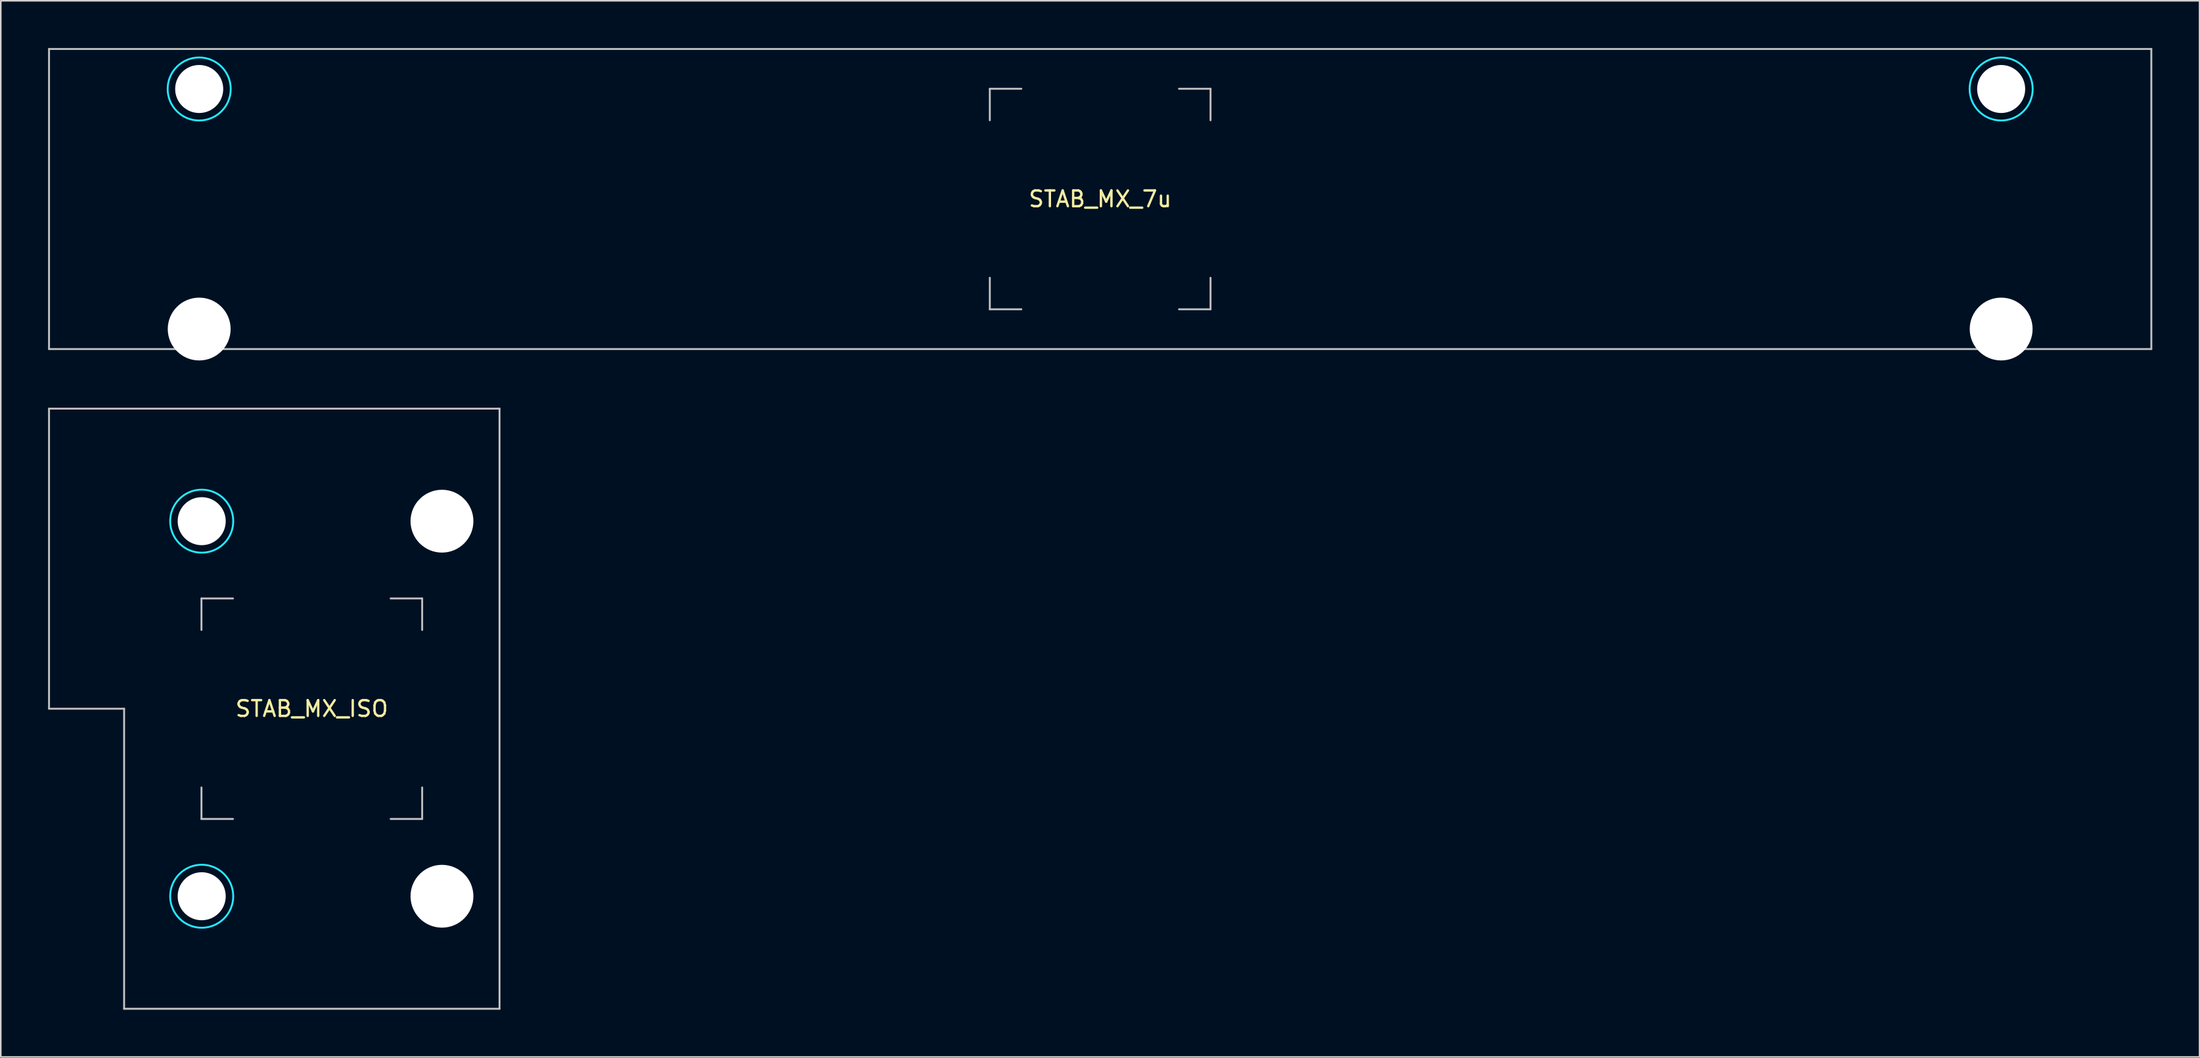
<source format=kicad_pcb>
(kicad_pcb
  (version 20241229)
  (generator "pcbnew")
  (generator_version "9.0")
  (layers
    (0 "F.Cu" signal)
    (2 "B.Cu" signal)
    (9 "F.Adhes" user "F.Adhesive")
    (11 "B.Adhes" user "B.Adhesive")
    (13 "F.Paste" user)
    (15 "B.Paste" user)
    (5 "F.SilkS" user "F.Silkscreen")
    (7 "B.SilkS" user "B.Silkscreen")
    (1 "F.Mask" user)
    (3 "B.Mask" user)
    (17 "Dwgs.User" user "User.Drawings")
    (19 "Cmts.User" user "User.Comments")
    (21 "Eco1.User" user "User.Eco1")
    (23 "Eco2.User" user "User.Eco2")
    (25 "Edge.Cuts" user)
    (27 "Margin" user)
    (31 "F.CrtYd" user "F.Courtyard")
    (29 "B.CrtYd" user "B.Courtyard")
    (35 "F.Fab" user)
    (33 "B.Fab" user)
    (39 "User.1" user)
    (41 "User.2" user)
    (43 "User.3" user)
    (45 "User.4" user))
  (footprint "STAB_MX_ISO"
    (layer "F.Cu")
    (at 16.729 41.944)
    (property "Reference" "STAB_MX_ISO" (at 0 0 180) (layer "F.SilkS") (effects (font (size 1 1) (thickness 0.15))))
    (attr through_hole exclude_from_pos_files exclude_from_bom)
    (fp_line (start -16.669 -19.05) (end -16.669 0) (stroke (width 0.12) (type solid)) (layer "Dwgs.User"))
    (fp_line (start -16.669 0) (end -11.906 0) (stroke (width 0.12) (type solid)) (layer "Dwgs.User"))
    (fp_line (start -11.906 0) (end -11.906 19.05) (stroke (width 0.12) (type solid)) (layer "Dwgs.User"))
    (fp_line (start -11.906 19.05) (end 11.906 19.05) (stroke (width 0.12) (type solid)) (layer "Dwgs.User"))
    (fp_line (start -7 -7) (end -5 -7) (stroke (width 0.12) (type solid)) (layer "Dwgs.User"))
    (fp_line (start -7 -5) (end -7 -7) (stroke (width 0.12) (type solid)) (layer "Dwgs.User"))
    (fp_line (start -7 7) (end -7 5) (stroke (width 0.12) (type solid)) (layer "Dwgs.User"))
    (fp_line (start -5 7) (end -7 7) (stroke (width 0.12) (type solid)) (layer "Dwgs.User"))
    (fp_line (start 7 -7) (end 5 -7) (stroke (width 0.12) (type solid)) (layer "Dwgs.User"))
    (fp_line (start 7 -5) (end 7 -7) (stroke (width 0.12) (type solid)) (layer "Dwgs.User"))
    (fp_line (start 7 5) (end 7 7) (stroke (width 0.12) (type solid)) (layer "Dwgs.User"))
    (fp_line (start 7 7) (end 5 7) (stroke (width 0.12) (type solid)) (layer "Dwgs.User"))
    (fp_line (start 11.906 -19.05) (end -16.669 -19.05) (stroke (width 0.12) (type solid)) (layer "Dwgs.User"))
    (fp_line (start 11.906 19.05) (end 11.906 -19.05) (stroke (width 0.12) (type solid)) (layer "Dwgs.User"))
    (fp_line (start -6 -9.031) (end -6 -14.78) (stroke (width 0.05) (type solid)) (layer "Eco2.User"))
    (fp_line (start -6 14.781) (end -6 9.031) (stroke (width 0.05) (type solid)) (layer "Eco2.User"))
    (fp_line (start -5.5 -15.28) (end 7.5 -15.281) (stroke (width 0.05) (type solid)) (layer "Eco2.User"))
    (fp_line (start -5.5 -8.531) (end 7.5 -8.531) (stroke (width 0.05) (type solid)) (layer "Eco2.User"))
    (fp_line (start -5.5 8.531) (end 7.5 8.531) (stroke (width 0.05) (type solid)) (layer "Eco2.User"))
    (fp_line (start -5.5 15.281) (end 7.5 15.281) (stroke (width 0.05) (type solid)) (layer "Eco2.User"))
    (fp_line (start 8 -9.031) (end 8 -14.781) (stroke (width 0.05) (type solid)) (layer "Eco2.User"))
    (fp_line (start 8 14.781) (end 8 9.031) (stroke (width 0.05) (type solid)) (layer "Eco2.User"))
    (fp_arc (start -5.999999 -14.780039) (mid -5.853552 -15.133592) (end -5.499999 -15.280039) (stroke (width 0.05) (type solid)) (layer "Eco2.User"))
    (fp_arc (start -5.999999 9.03125) (mid -5.853552 8.677697) (end -5.499999 8.53125) (stroke (width 0.05) (type solid)) (layer "Eco2.User"))
    (fp_arc (start -5.499999 -8.53125) (mid -5.853552 -8.677697) (end -5.999999 -9.03125) (stroke (width 0.05) (type solid)) (layer "Eco2.User"))
    (fp_arc (start -5.499999 15.28125) (mid -5.853552 15.134803) (end -5.999999 14.78125) (stroke (width 0.05) (type solid)) (layer "Eco2.User"))
    (fp_arc (start 7.500001 -15.28125) (mid 7.853554 -15.134803) (end 8.000001 -14.78125) (stroke (width 0.05) (type solid)) (layer "Eco2.User"))
    (fp_arc (start 7.500001 8.53125) (mid 7.853554 8.677697) (end 8.000001 9.03125) (stroke (width 0.05) (type solid)) (layer "Eco2.User"))
    (fp_arc (start 8.000001 -9.03125) (mid 7.853554 -8.677697) (end 7.500001 -8.53125) (stroke (width 0.05) (type solid)) (layer "Eco2.User"))
    (fp_arc (start 8.000001 14.78125) (mid 7.853554 15.134803) (end 7.500001 15.28125) (stroke (width 0.05) (type solid)) (layer "Eco2.User"))
    (fp_circle (center -6.985 -11.906) (end -4.985 -11.906) (stroke (width 0.12) (type solid)) (fill no) (layer "B.CrtYd"))
    (fp_circle (center -6.985 11.906) (end -4.985 11.906) (stroke (width 0.12) (type solid)) (fill no) (layer "B.CrtYd"))
    (pad "" np_thru_hole circle (at -6.985 -11.906 90) (size 3.048 3.048) (drill 3.048) (layers "*.Cu" "*.Mask"))
    (pad "" np_thru_hole circle (at -6.985 11.906 90) (size 3.048 3.048) (drill 3.048) (layers "*.Cu" "*.Mask"))
    (pad "" np_thru_hole circle (at 8.255 -11.906 90) (size 3.988 3.988) (drill 3.988) (layers "*.Cu" "*.Mask"))
    (pad "" np_thru_hole circle (at 8.255 11.906 90) (size 3.988 3.988) (drill 3.988) (layers "*.Cu" "*.Mask")))
  (footprint "STAB_MX_7u"
    (layer "F.Cu")
    (at 66.735 9.585)
    (property "Reference" "STAB_MX_7u" (at 0 0 0) (layer "F.SilkS") (effects (font (size 1 1) (thickness 0.15))))
    (attr through_hole exclude_from_pos_files exclude_from_bom)
    (fp_line (start -66.675 -9.525) (end -66.675 9.525) (stroke (width 0.12) (type solid)) (layer "Dwgs.User"))
    (fp_line (start -66.675 -9.525) (end 66.675 -9.525) (stroke (width 0.12) (type solid)) (layer "Dwgs.User"))
    (fp_line (start -66.675 9.525) (end 66.675 9.525) (stroke (width 0.12) (type solid)) (layer "Dwgs.User"))
    (fp_line (start -7 -7) (end -5 -7) (stroke (width 0.12) (type solid)) (layer "Dwgs.User"))
    (fp_line (start -7 -5) (end -7 -7) (stroke (width 0.12) (type solid)) (layer "Dwgs.User"))
    (fp_line (start -7 7) (end -7 5) (stroke (width 0.12) (type solid)) (layer "Dwgs.User"))
    (fp_line (start -5 7) (end -7 7) (stroke (width 0.12) (type solid)) (layer "Dwgs.User"))
    (fp_line (start 5 -7) (end 7 -7) (stroke (width 0.12) (type solid)) (layer "Dwgs.User"))
    (fp_line (start 5 7) (end 7 7) (stroke (width 0.12) (type solid)) (layer "Dwgs.User"))
    (fp_line (start 7 -7) (end 7 -5) (stroke (width 0.12) (type solid)) (layer "Dwgs.User"))
    (fp_line (start 7 7) (end 7 5) (stroke (width 0.12) (type solid)) (layer "Dwgs.User"))
    (fp_line (start 66.675 -9.525) (end 66.675 9.525) (stroke (width 0.12) (type solid)) (layer "Dwgs.User"))
    (fp_line (start -60.525 -5.5) (end -60.525 7.5) (stroke (width 0.05) (type solid)) (layer "Eco2.User"))
    (fp_line (start -60.025 -6) (end -54.275 -6) (stroke (width 0.05) (type solid)) (layer "Eco2.User"))
    (fp_line (start -60.025 8) (end -54.275 8) (stroke (width 0.05) (type solid)) (layer "Eco2.User"))
    (fp_line (start -53.775 -5.5) (end -53.775 7.5) (stroke (width 0.05) (type solid)) (layer "Eco2.User"))
    (fp_line (start 53.775 -5.5) (end 53.775 7.5) (stroke (width 0.05) (type solid)) (layer "Eco2.User"))
    (fp_line (start 54.275 -6) (end 60.024 -6) (stroke (width 0.05) (type solid)) (layer "Eco2.User"))
    (fp_line (start 54.275 8) (end 60.025 8) (stroke (width 0.05) (type solid)) (layer "Eco2.User"))
    (fp_line (start 60.524 -5.5) (end 60.525 7.5) (stroke (width 0.05) (type solid)) (layer "Eco2.User"))
    (fp_arc (start -60.525 -5.499999) (mid -60.378553 -5.853552) (end -60.025 -5.999999) (stroke (width 0.05) (type solid)) (layer "Eco2.User"))
    (fp_arc (start -60.025 8.000001) (mid -60.378553 7.853554) (end -60.525 7.500001) (stroke (width 0.05) (type solid)) (layer "Eco2.User"))
    (fp_arc (start -54.275 -5.999999) (mid -53.921447 -5.853552) (end -53.775 -5.499999) (stroke (width 0.05) (type solid)) (layer "Eco2.User"))
    (fp_arc (start -53.775 7.500001) (mid -53.921447 7.853554) (end -54.275 8.000001) (stroke (width 0.05) (type solid)) (layer "Eco2.User"))
    (fp_arc (start 53.775 -5.499999) (mid 53.921447 -5.853552) (end 54.275 -5.999999) (stroke (width 0.05) (type solid)) (layer "Eco2.User"))
    (fp_arc (start 54.275 8.000001) (mid 53.921447 7.853554) (end 53.775 7.500001) (stroke (width 0.05) (type solid)) (layer "Eco2.User"))
    (fp_arc (start 60.023789 -5.999999) (mid 60.377342 -5.853552) (end 60.523789 -5.499999) (stroke (width 0.05) (type solid)) (layer "Eco2.User"))
    (fp_arc (start 60.525 7.500001) (mid 60.378553 7.853554) (end 60.025 8.000001) (stroke (width 0.05) (type solid)) (layer "Eco2.User"))
    (fp_circle (center -57.15 -6.985) (end -55.15 -6.985) (stroke (width 0.12) (type solid)) (fill no) (layer "B.CrtYd"))
    (fp_circle (center 57.15 -6.985) (end 59.15 -6.985) (stroke (width 0.12) (type solid)) (fill no) (layer "B.CrtYd"))
    (pad "" np_thru_hole circle (at -57.15 -6.985) (size 3.048 3.048) (drill 3.048) (layers "*.Cu" "*.Mask"))
    (pad "" np_thru_hole circle (at -57.15 8.255) (size 3.988 3.988) (drill 3.988) (layers "*.Cu" "*.Mask"))
    (pad "" np_thru_hole circle (at 57.15 -6.985) (size 3.048 3.048) (drill 3.048) (layers "*.Cu" "*.Mask"))
    (pad "" np_thru_hole circle (at 57.15 8.255) (size 3.988 3.988) (drill 3.988) (layers "*.Cu" "*.Mask")))
  (gr_rect
    (start -3 -3)
    (end 136.47 64.054)
    (stroke (width 0.1) (type default))
    (fill no)
    (layer "Edge.Cuts")))
</source>
